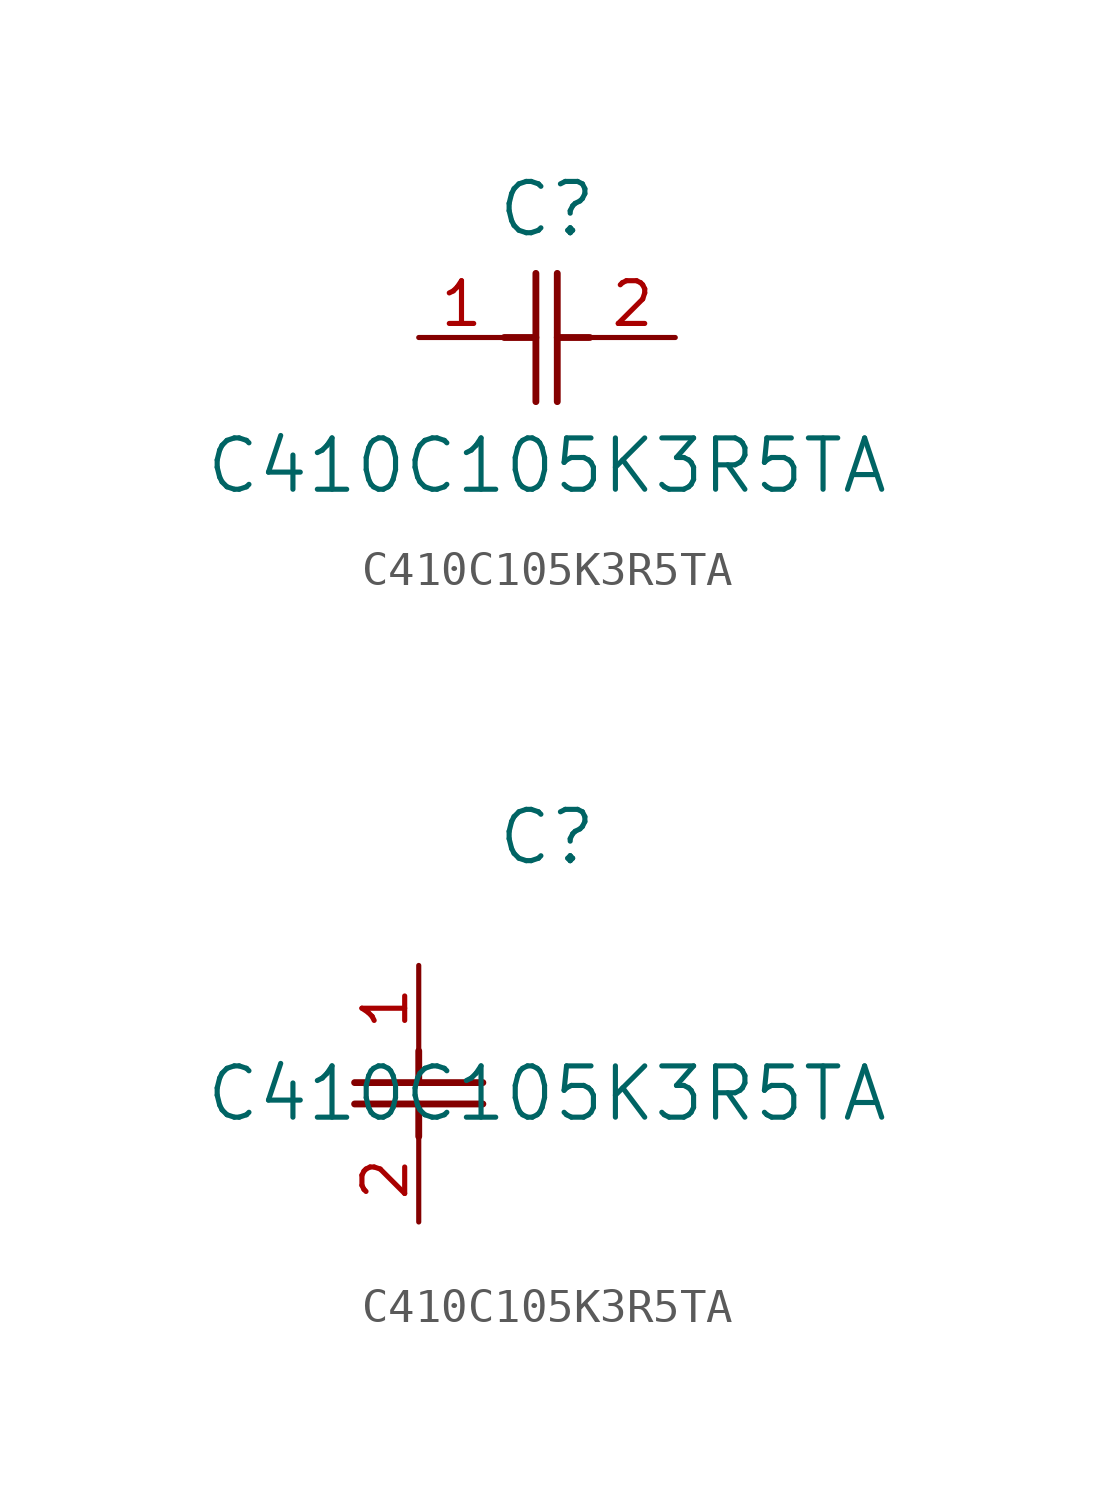
<source format=kicad_sym>
(kicad_symbol_lib
  (version 20211014)
  (generator kicad_symbol_editor)
  (symbol "C410C105K3R5TA"
    (pin_names
      (offset 0.254))
    (property "Reference" "C"
      (at 3.81 3.81 0)
      (effects (font (size 1.524 1.524))))
    (property "Value" "C410C105K3R5TA"
      (at 3.81 -3.81 0)
      (effects (font (size 1.524 1.524))))
    (symbol "C410C105K3R5TA_1_1"
      (polyline (pts (xy 3.48 -1.905) (xy 3.48 1.905)) (stroke (width 0.203) (type default) (color 0 0 0 0)) (fill (type none)))
      (polyline (pts (xy 4.115 -1.905) (xy 4.115 1.905)) (stroke (width 0.203) (type default) (color 0 0 0 0)) (fill (type none)))
      (polyline (pts (xy 4.115 0) (xy 5.08 0)) (stroke (width 0.203) (type default) (color 0 0 0 0)) (fill (type none)))
      (polyline (pts (xy 2.54 0) (xy 3.48 0)) (stroke (width 0.203) (type default) (color 0 0 0 0)) (fill (type none)))
      (pin unspecified line (at 0 0 0) (length 2.54) (name "" (effects (font (size 1.27 1.27)))) (number "1" (effects (font (size 1.27 1.27)))))
      (pin unspecified line (at 7.62 0 180) (length 2.54) (name "" (effects (font (size 1.27 1.27)))) (number "2" (effects (font (size 1.27 1.27))))))
    (symbol "C410C105K3R5TA_1_2"
      (polyline (pts (xy -1.905 -3.48) (xy 1.905 -3.48)) (stroke (width 0.203) (type default) (color 0 0 0 0)) (fill (type none)))
      (polyline (pts (xy -1.905 -4.115) (xy 1.905 -4.115)) (stroke (width 0.203) (type default) (color 0 0 0 0)) (fill (type none)))
      (polyline (pts (xy 0 -4.115) (xy 0 -5.08)) (stroke (width 0.203) (type default) (color 0 0 0 0)) (fill (type none)))
      (polyline (pts (xy 0 -2.54) (xy 0 -3.48)) (stroke (width 0.203) (type default) (color 0 0 0 0)) (fill (type none)))
      (pin unspecified line (at 0 0 270) (length 2.54) (name "" (effects (font (size 1.27 1.27)))) (number "1" (effects (font (size 1.27 1.27)))))
      (pin unspecified line (at 0 -7.62 90) (length 2.54) (name "" (effects (font (size 1.27 1.27)))) (number "2" (effects (font (size 1.27 1.27))))))))
</source>
